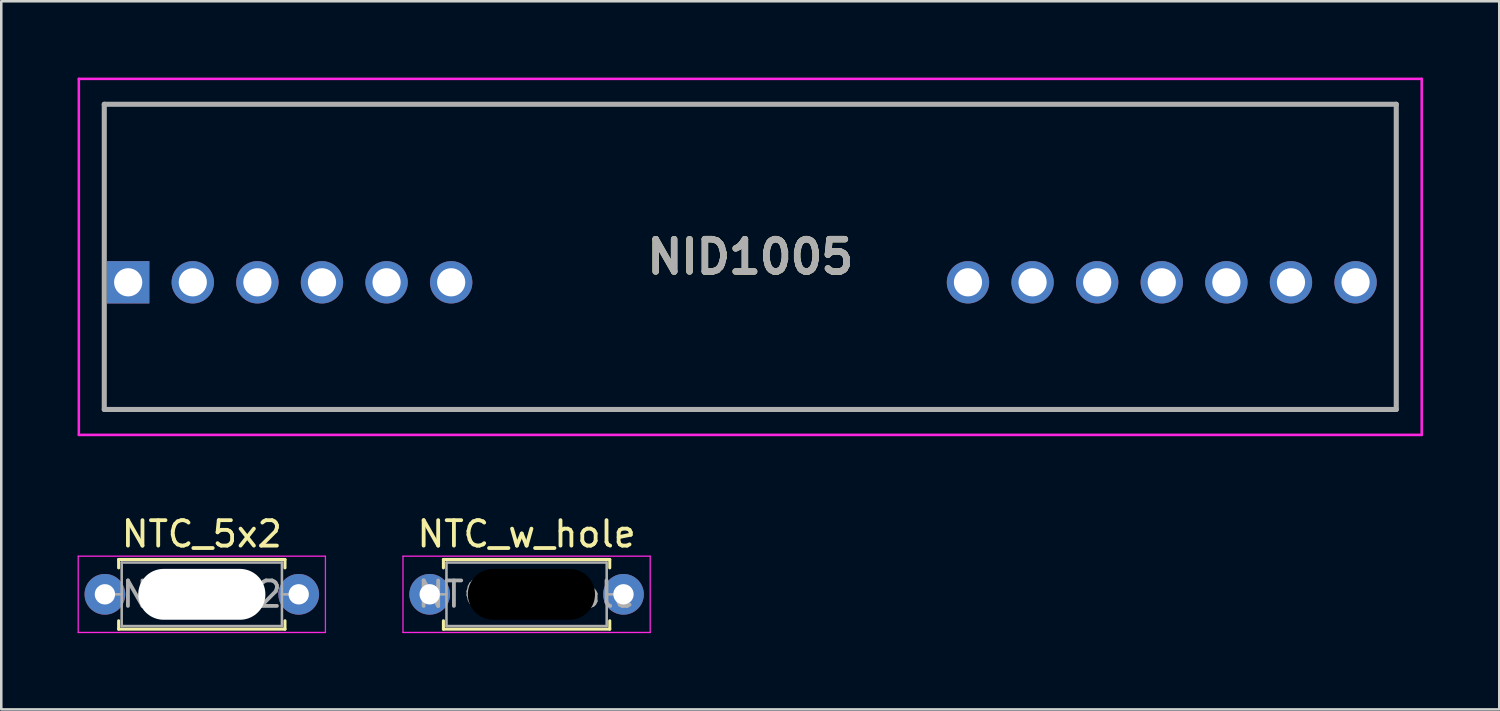
<source format=kicad_pcb>
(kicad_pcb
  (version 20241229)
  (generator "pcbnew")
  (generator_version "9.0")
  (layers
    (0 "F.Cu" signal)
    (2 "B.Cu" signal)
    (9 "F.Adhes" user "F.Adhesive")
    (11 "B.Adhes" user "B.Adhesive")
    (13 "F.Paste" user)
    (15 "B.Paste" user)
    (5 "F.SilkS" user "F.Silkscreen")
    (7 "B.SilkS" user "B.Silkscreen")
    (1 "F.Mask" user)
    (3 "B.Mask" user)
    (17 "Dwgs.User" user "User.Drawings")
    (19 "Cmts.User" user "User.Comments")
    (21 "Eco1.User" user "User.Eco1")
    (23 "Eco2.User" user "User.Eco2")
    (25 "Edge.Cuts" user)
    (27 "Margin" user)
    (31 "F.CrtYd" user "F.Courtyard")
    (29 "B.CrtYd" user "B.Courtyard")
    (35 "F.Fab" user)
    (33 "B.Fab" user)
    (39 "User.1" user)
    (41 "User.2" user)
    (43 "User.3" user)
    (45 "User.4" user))
  (footprint "NTC_5x2"
    (layer "F.Cu")
    (at 4.885 20.318)
    (property "Reference" "NTC_5x2" (at 0 -2.37 0) (layer "F.SilkS") (effects (font (size 1 1) (thickness 0.15))))
    (attr through_hole)
    (fp_line (start -3.27 -1.37) (end 3.27 -1.37) (stroke (width 0.12) (type solid)) (layer "F.SilkS"))
    (fp_line (start -3.27 -1.04) (end -3.27 -1.37) (stroke (width 0.12) (type solid)) (layer "F.SilkS"))
    (fp_line (start -3.27 1.04) (end -3.27 1.37) (stroke (width 0.12) (type solid)) (layer "F.SilkS"))
    (fp_line (start -3.27 1.37) (end 3.27 1.37) (stroke (width 0.12) (type solid)) (layer "F.SilkS"))
    (fp_line (start 3.27 -1.37) (end 3.27 -1.04) (stroke (width 0.12) (type solid)) (layer "F.SilkS"))
    (fp_line (start 3.27 1.37) (end 3.27 1.04) (stroke (width 0.12) (type solid)) (layer "F.SilkS"))
    (fp_line (start -4.86 -1.5) (end -4.86 1.5) (stroke (width 0.05) (type solid)) (layer "F.CrtYd"))
    (fp_line (start -4.86 1.5) (end 4.86 1.5) (stroke (width 0.05) (type solid)) (layer "F.CrtYd"))
    (fp_line (start 4.86 -1.5) (end -4.86 -1.5) (stroke (width 0.05) (type solid)) (layer "F.CrtYd"))
    (fp_line (start 4.86 1.5) (end 4.86 -1.5) (stroke (width 0.05) (type solid)) (layer "F.CrtYd"))
    (fp_line (start -3.81 0) (end -3.15 0) (stroke (width 0.1) (type solid)) (layer "F.Fab"))
    (fp_line (start -3.15 -1.25) (end -3.15 1.25) (stroke (width 0.1) (type solid)) (layer "F.Fab"))
    (fp_line (start -3.15 1.25) (end 3.15 1.25) (stroke (width 0.1) (type solid)) (layer "F.Fab"))
    (fp_line (start 3.15 -1.25) (end -3.15 -1.25) (stroke (width 0.1) (type solid)) (layer "F.Fab"))
    (fp_line (start 3.15 1.25) (end 3.15 -1.25) (stroke (width 0.1) (type solid)) (layer "F.Fab"))
    (fp_line (start 3.81 0) (end 3.15 0) (stroke (width 0.1) (type solid)) (layer "F.Fab"))
    (fp_text user "${REFERENCE}" (at 0 0 0) (layer "F.Fab") (effects (font (size 1 1) (thickness 0.15))))
    (pad "" np_thru_hole oval (at 0 0) (size 5 2) (drill oval 5 2) (layers "*.Cu" "*.Mask"))
    (pad "1" thru_hole circle (at -3.81 0) (size 1.6 1.6) (drill 0.8) (layers "*.Cu" "*.Mask"))
    (pad "2" thru_hole oval (at 3.81 0) (size 1.6 1.6) (drill 0.8) (layers "*.Cu" "*.Mask")))
  (footprint "NID1005"
    (layer "F.Cu")
    (at 1.99 8.05)
    (property "Reference" "NID1005" (at 24.46 -1 0) (layer "F.SilkS") (effects (font (size 1.27 1.27) (thickness 0.254))))
    (attr through_hole)
    (fp_line (start -0.94 -7) (end 49.86 -7) (stroke (width 0.1) (type solid)) (layer "F.SilkS"))
    (fp_line (start -0.94 -1.5) (end -0.94 -7) (stroke (width 0.1) (type solid)) (layer "F.SilkS"))
    (fp_line (start -0.94 5) (end -0.94 1.5) (stroke (width 0.1) (type solid)) (layer "F.SilkS"))
    (fp_line (start 49.86 -7) (end 49.86 5) (stroke (width 0.1) (type solid)) (layer "F.SilkS"))
    (fp_line (start 49.86 5) (end -0.94 5) (stroke (width 0.1) (type solid)) (layer "F.SilkS"))
    (fp_line (start -1.94 -8) (end 50.86 -8) (stroke (width 0.1) (type solid)) (layer "F.CrtYd"))
    (fp_line (start -1.94 6) (end -1.94 -8) (stroke (width 0.1) (type solid)) (layer "F.CrtYd"))
    (fp_line (start 50.86 -8) (end 50.86 6) (stroke (width 0.1) (type solid)) (layer "F.CrtYd"))
    (fp_line (start 50.86 6) (end -1.94 6) (stroke (width 0.1) (type solid)) (layer "F.CrtYd"))
    (fp_line (start -0.94 -7) (end 49.86 -7) (stroke (width 0.2) (type solid)) (layer "F.Fab"))
    (fp_line (start -0.94 5) (end -0.94 -7) (stroke (width 0.2) (type solid)) (layer "F.Fab"))
    (fp_line (start 49.86 -7) (end 49.86 5) (stroke (width 0.2) (type solid)) (layer "F.Fab"))
    (fp_line (start 49.86 5) (end -0.94 5) (stroke (width 0.2) (type solid)) (layer "F.Fab"))
    (fp_text user "${REFERENCE}" (at 24.46 -1 0) (layer "F.Fab") (effects (font (size 1.27 1.27) (thickness 0.254))))
    (pad "1" thru_hole rect (at 0 0) (size 1.665 1.665) (drill 1.11) (layers "*.Cu" "*.Mask"))
    (pad "2" thru_hole circle (at 2.54 0) (size 1.665 1.665) (drill 1.11) (layers "*.Cu" "*.Mask"))
    (pad "3" thru_hole circle (at 5.08 0) (size 1.665 1.665) (drill 1.11) (layers "*.Cu" "*.Mask"))
    (pad "4" thru_hole circle (at 7.62 0) (size 1.665 1.665) (drill 1.11) (layers "*.Cu" "*.Mask"))
    (pad "5" thru_hole circle (at 10.16 0) (size 1.665 1.665) (drill 1.11) (layers "*.Cu" "*.Mask"))
    (pad "6" thru_hole circle (at 12.7 0) (size 1.665 1.665) (drill 1.11) (layers "*.Cu" "*.Mask"))
    (pad "7" thru_hole circle (at 33.02 0) (size 1.665 1.665) (drill 1.11) (layers "*.Cu" "*.Mask"))
    (pad "8" thru_hole circle (at 35.56 0) (size 1.665 1.665) (drill 1.11) (layers "*.Cu" "*.Mask"))
    (pad "9" thru_hole circle (at 38.1 0) (size 1.665 1.665) (drill 1.11) (layers "*.Cu" "*.Mask"))
    (pad "10" thru_hole circle (at 40.64 0) (size 1.665 1.665) (drill 1.11) (layers "*.Cu" "*.Mask"))
    (pad "11" thru_hole circle (at 43.18 0) (size 1.665 1.665) (drill 1.11) (layers "*.Cu" "*.Mask"))
    (pad "12" thru_hole circle (at 45.72 0) (size 1.665 1.665) (drill 1.11) (layers "*.Cu" "*.Mask"))
    (pad "13" thru_hole circle (at 48.26 0) (size 1.665 1.665) (drill 1.11) (layers "*.Cu" "*.Mask")))
  (footprint "NTC_w_hole"
    (layer "F.Cu")
    (at 13.845 20.318)
    (property "Reference" "NTC_w_hole" (at 3.81 -2.37 0) (layer "F.SilkS") (effects (font (size 1 1) (thickness 0.15))))
    (attr through_hole)
    (fp_line (start 0.54 -1.37) (end 7.08 -1.37) (stroke (width 0.12) (type solid)) (layer "F.SilkS"))
    (fp_line (start 0.54 -1.04) (end 0.54 -1.37) (stroke (width 0.12) (type solid)) (layer "F.SilkS"))
    (fp_line (start 0.54 1.04) (end 0.54 1.37) (stroke (width 0.12) (type solid)) (layer "F.SilkS"))
    (fp_line (start 0.54 1.37) (end 7.08 1.37) (stroke (width 0.12) (type solid)) (layer "F.SilkS"))
    (fp_line (start 7.08 -1.37) (end 7.08 -1.04) (stroke (width 0.12) (type solid)) (layer "F.SilkS"))
    (fp_line (start 7.08 1.37) (end 7.08 1.04) (stroke (width 0.12) (type solid)) (layer "F.SilkS"))
    (fp_line (start -1.05 -1.5) (end -1.05 1.5) (stroke (width 0.05) (type solid)) (layer "F.CrtYd"))
    (fp_line (start -1.05 1.5) (end 8.67 1.5) (stroke (width 0.05) (type solid)) (layer "F.CrtYd"))
    (fp_line (start 8.67 -1.5) (end -1.05 -1.5) (stroke (width 0.05) (type solid)) (layer "F.CrtYd"))
    (fp_line (start 8.67 1.5) (end 8.67 -1.5) (stroke (width 0.05) (type solid)) (layer "F.CrtYd"))
    (fp_line (start 0 0) (end 0.66 0) (stroke (width 0.1) (type solid)) (layer "F.Fab"))
    (fp_line (start 0.66 -1.25) (end 0.66 1.25) (stroke (width 0.1) (type solid)) (layer "F.Fab"))
    (fp_line (start 0.66 1.25) (end 6.96 1.25) (stroke (width 0.1) (type solid)) (layer "F.Fab"))
    (fp_line (start 6.96 -1.25) (end 0.66 -1.25) (stroke (width 0.1) (type solid)) (layer "F.Fab"))
    (fp_line (start 6.96 1.25) (end 6.96 -1.25) (stroke (width 0.1) (type solid)) (layer "F.Fab"))
    (fp_line (start 7.62 0) (end 6.96 0) (stroke (width 0.1) (type solid)) (layer "F.Fab"))
    (fp_text user "${REFERENCE}" (at 3.81 0 0) (layer "F.Fab") (effects (font (size 1 1) (thickness 0.15))))
    (pad "" np_thru_hole oval (at 4 0) (size 5 2) (drill oval 5 2) (layers "*.Mask"))
    (pad "1" thru_hole circle (at 0 0) (size 1.6 1.6) (drill 0.8) (layers "*.Cu" "*.Mask"))
    (pad "2" thru_hole oval (at 7.62 0) (size 1.6 1.6) (drill 0.8) (layers "*.Cu" "*.Mask")))
  (gr_rect
    (start -3 -3)
    (end 55.9 24.843)
    (stroke (width 0.1) (type default))
    (fill no)
    (layer "Edge.Cuts")))
</source>
